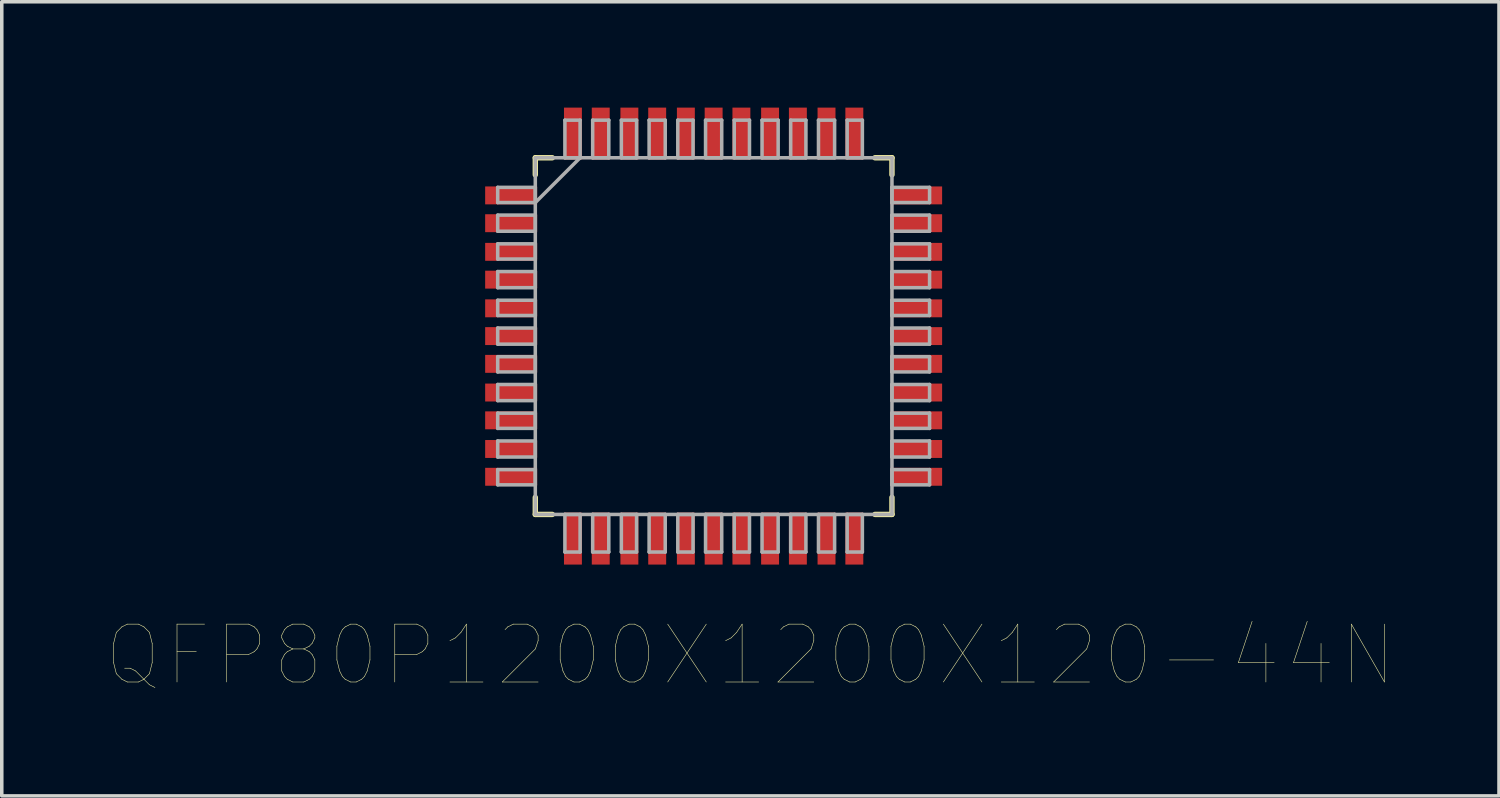
<source format=kicad_pcb>
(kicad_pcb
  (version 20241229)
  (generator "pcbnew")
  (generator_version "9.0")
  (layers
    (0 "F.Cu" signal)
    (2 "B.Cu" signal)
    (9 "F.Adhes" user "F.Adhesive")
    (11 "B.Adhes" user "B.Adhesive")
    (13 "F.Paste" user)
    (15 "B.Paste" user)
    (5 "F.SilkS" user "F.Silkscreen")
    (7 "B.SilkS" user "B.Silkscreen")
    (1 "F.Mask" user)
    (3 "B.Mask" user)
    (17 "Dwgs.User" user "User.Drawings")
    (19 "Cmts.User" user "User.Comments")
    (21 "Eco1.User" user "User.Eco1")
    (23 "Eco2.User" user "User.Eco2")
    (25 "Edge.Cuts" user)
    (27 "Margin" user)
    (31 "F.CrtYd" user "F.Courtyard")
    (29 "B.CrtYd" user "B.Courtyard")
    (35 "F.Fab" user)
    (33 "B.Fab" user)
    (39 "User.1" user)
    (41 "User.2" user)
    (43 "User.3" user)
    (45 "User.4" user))
  (footprint "QFP80P1200X1200X120-44N"
    (layer "F.Cu")
    (at 17.179 6.477)
    (property "Reference" "QFP80P1200X1200X120-44N" (at 1.042 9.047 0) (layer "F.SilkS") (effects (font (size 1.641 1.641) (thickness 0.015))))
    (attr through_hole)
    (fp_line (start -5.055 -5.055) (end -5.055 -4.572) (stroke (width 0.152) (type solid)) (layer "F.SilkS"))
    (fp_line (start -5.055 4.572) (end -5.055 5.055) (stroke (width 0.152) (type solid)) (layer "F.SilkS"))
    (fp_line (start -5.055 5.055) (end -4.572 5.055) (stroke (width 0.152) (type solid)) (layer "F.SilkS"))
    (fp_line (start -4.572 -5.055) (end -5.055 -5.055) (stroke (width 0.152) (type solid)) (layer "F.SilkS"))
    (fp_line (start 4.572 5.055) (end 5.055 5.055) (stroke (width 0.152) (type solid)) (layer "F.SilkS"))
    (fp_line (start 5.055 -5.055) (end 4.572 -5.055) (stroke (width 0.152) (type solid)) (layer "F.SilkS"))
    (fp_line (start 5.055 -4.572) (end 5.055 -5.055) (stroke (width 0.152) (type solid)) (layer "F.SilkS"))
    (fp_line (start 5.055 5.055) (end 5.055 4.572) (stroke (width 0.152) (type solid)) (layer "F.SilkS"))
    (fp_line (start -6.121 -4.216) (end -6.121 -3.785) (stroke (width 0.1) (type solid)) (layer "F.Fab"))
    (fp_line (start -6.121 -3.785) (end -5.055 -3.785) (stroke (width 0.1) (type solid)) (layer "F.Fab"))
    (fp_line (start -6.121 -3.429) (end -6.121 -2.972) (stroke (width 0.1) (type solid)) (layer "F.Fab"))
    (fp_line (start -6.121 -2.972) (end -5.055 -2.972) (stroke (width 0.1) (type solid)) (layer "F.Fab"))
    (fp_line (start -6.121 -2.616) (end -6.121 -2.184) (stroke (width 0.1) (type solid)) (layer "F.Fab"))
    (fp_line (start -6.121 -2.184) (end -5.055 -2.184) (stroke (width 0.1) (type solid)) (layer "F.Fab"))
    (fp_line (start -6.121 -1.829) (end -6.121 -1.372) (stroke (width 0.1) (type solid)) (layer "F.Fab"))
    (fp_line (start -6.121 -1.372) (end -5.055 -1.372) (stroke (width 0.1) (type solid)) (layer "F.Fab"))
    (fp_line (start -6.121 -1.016) (end -6.121 -0.584) (stroke (width 0.1) (type solid)) (layer "F.Fab"))
    (fp_line (start -6.121 -0.584) (end -5.055 -0.584) (stroke (width 0.1) (type solid)) (layer "F.Fab"))
    (fp_line (start -6.121 -0.229) (end -6.121 0.229) (stroke (width 0.1) (type solid)) (layer "F.Fab"))
    (fp_line (start -6.121 0.229) (end -5.055 0.229) (stroke (width 0.1) (type solid)) (layer "F.Fab"))
    (fp_line (start -6.121 0.584) (end -6.121 1.016) (stroke (width 0.1) (type solid)) (layer "F.Fab"))
    (fp_line (start -6.121 1.016) (end -5.055 1.016) (stroke (width 0.1) (type solid)) (layer "F.Fab"))
    (fp_line (start -6.121 1.372) (end -6.121 1.829) (stroke (width 0.1) (type solid)) (layer "F.Fab"))
    (fp_line (start -6.121 1.829) (end -5.055 1.829) (stroke (width 0.1) (type solid)) (layer "F.Fab"))
    (fp_line (start -6.121 2.184) (end -6.121 2.616) (stroke (width 0.1) (type solid)) (layer "F.Fab"))
    (fp_line (start -6.121 2.616) (end -5.055 2.616) (stroke (width 0.1) (type solid)) (layer "F.Fab"))
    (fp_line (start -6.121 2.972) (end -6.121 3.429) (stroke (width 0.1) (type solid)) (layer "F.Fab"))
    (fp_line (start -6.121 3.429) (end -5.055 3.429) (stroke (width 0.1) (type solid)) (layer "F.Fab"))
    (fp_line (start -6.121 3.785) (end -6.121 4.216) (stroke (width 0.1) (type solid)) (layer "F.Fab"))
    (fp_line (start -6.121 4.216) (end -5.055 4.216) (stroke (width 0.1) (type solid)) (layer "F.Fab"))
    (fp_line (start -5.055 -5.055) (end -5.055 5.055) (stroke (width 0.1) (type solid)) (layer "F.Fab"))
    (fp_line (start -5.055 -4.216) (end -6.121 -4.216) (stroke (width 0.1) (type solid)) (layer "F.Fab"))
    (fp_line (start -5.055 -3.785) (end -5.055 -4.216) (stroke (width 0.1) (type solid)) (layer "F.Fab"))
    (fp_line (start -5.055 -3.785) (end -3.785 -5.055) (stroke (width 0.1) (type solid)) (layer "F.Fab"))
    (fp_line (start -5.055 -3.429) (end -6.121 -3.429) (stroke (width 0.1) (type solid)) (layer "F.Fab"))
    (fp_line (start -5.055 -2.972) (end -5.055 -3.429) (stroke (width 0.1) (type solid)) (layer "F.Fab"))
    (fp_line (start -5.055 -2.616) (end -6.121 -2.616) (stroke (width 0.1) (type solid)) (layer "F.Fab"))
    (fp_line (start -5.055 -2.184) (end -5.055 -2.616) (stroke (width 0.1) (type solid)) (layer "F.Fab"))
    (fp_line (start -5.055 -1.829) (end -6.121 -1.829) (stroke (width 0.1) (type solid)) (layer "F.Fab"))
    (fp_line (start -5.055 -1.372) (end -5.055 -1.829) (stroke (width 0.1) (type solid)) (layer "F.Fab"))
    (fp_line (start -5.055 -1.016) (end -6.121 -1.016) (stroke (width 0.1) (type solid)) (layer "F.Fab"))
    (fp_line (start -5.055 -0.584) (end -5.055 -1.016) (stroke (width 0.1) (type solid)) (layer "F.Fab"))
    (fp_line (start -5.055 -0.229) (end -6.121 -0.229) (stroke (width 0.1) (type solid)) (layer "F.Fab"))
    (fp_line (start -5.055 0.229) (end -5.055 -0.229) (stroke (width 0.1) (type solid)) (layer "F.Fab"))
    (fp_line (start -5.055 0.584) (end -6.121 0.584) (stroke (width 0.1) (type solid)) (layer "F.Fab"))
    (fp_line (start -5.055 1.016) (end -5.055 0.584) (stroke (width 0.1) (type solid)) (layer "F.Fab"))
    (fp_line (start -5.055 1.372) (end -6.121 1.372) (stroke (width 0.1) (type solid)) (layer "F.Fab"))
    (fp_line (start -5.055 1.829) (end -5.055 1.372) (stroke (width 0.1) (type solid)) (layer "F.Fab"))
    (fp_line (start -5.055 2.184) (end -6.121 2.184) (stroke (width 0.1) (type solid)) (layer "F.Fab"))
    (fp_line (start -5.055 2.616) (end -5.055 2.184) (stroke (width 0.1) (type solid)) (layer "F.Fab"))
    (fp_line (start -5.055 2.972) (end -6.121 2.972) (stroke (width 0.1) (type solid)) (layer "F.Fab"))
    (fp_line (start -5.055 3.429) (end -5.055 2.972) (stroke (width 0.1) (type solid)) (layer "F.Fab"))
    (fp_line (start -5.055 3.785) (end -6.121 3.785) (stroke (width 0.1) (type solid)) (layer "F.Fab"))
    (fp_line (start -5.055 4.216) (end -5.055 3.785) (stroke (width 0.1) (type solid)) (layer "F.Fab"))
    (fp_line (start -5.055 5.055) (end 5.055 5.055) (stroke (width 0.1) (type solid)) (layer "F.Fab"))
    (fp_line (start -4.216 -6.121) (end -4.216 -5.055) (stroke (width 0.1) (type solid)) (layer "F.Fab"))
    (fp_line (start -4.216 -5.055) (end -3.785 -5.055) (stroke (width 0.1) (type solid)) (layer "F.Fab"))
    (fp_line (start -4.216 5.055) (end -4.216 6.121) (stroke (width 0.1) (type solid)) (layer "F.Fab"))
    (fp_line (start -4.216 6.121) (end -3.785 6.121) (stroke (width 0.1) (type solid)) (layer "F.Fab"))
    (fp_line (start -3.785 -6.121) (end -4.216 -6.121) (stroke (width 0.1) (type solid)) (layer "F.Fab"))
    (fp_line (start -3.785 -5.055) (end -3.785 -6.121) (stroke (width 0.1) (type solid)) (layer "F.Fab"))
    (fp_line (start -3.785 5.055) (end -4.216 5.055) (stroke (width 0.1) (type solid)) (layer "F.Fab"))
    (fp_line (start -3.785 6.121) (end -3.785 5.055) (stroke (width 0.1) (type solid)) (layer "F.Fab"))
    (fp_line (start -3.429 -6.121) (end -3.429 -5.055) (stroke (width 0.1) (type solid)) (layer "F.Fab"))
    (fp_line (start -3.429 -5.055) (end -2.972 -5.055) (stroke (width 0.1) (type solid)) (layer "F.Fab"))
    (fp_line (start -3.429 5.055) (end -3.429 6.121) (stroke (width 0.1) (type solid)) (layer "F.Fab"))
    (fp_line (start -3.429 6.121) (end -2.972 6.121) (stroke (width 0.1) (type solid)) (layer "F.Fab"))
    (fp_line (start -2.972 -6.121) (end -3.429 -6.121) (stroke (width 0.1) (type solid)) (layer "F.Fab"))
    (fp_line (start -2.972 -5.055) (end -2.972 -6.121) (stroke (width 0.1) (type solid)) (layer "F.Fab"))
    (fp_line (start -2.972 5.055) (end -3.429 5.055) (stroke (width 0.1) (type solid)) (layer "F.Fab"))
    (fp_line (start -2.972 6.121) (end -2.972 5.055) (stroke (width 0.1) (type solid)) (layer "F.Fab"))
    (fp_line (start -2.616 -6.121) (end -2.616 -5.055) (stroke (width 0.1) (type solid)) (layer "F.Fab"))
    (fp_line (start -2.616 -5.055) (end -2.184 -5.055) (stroke (width 0.1) (type solid)) (layer "F.Fab"))
    (fp_line (start -2.616 5.055) (end -2.616 6.121) (stroke (width 0.1) (type solid)) (layer "F.Fab"))
    (fp_line (start -2.616 6.121) (end -2.184 6.121) (stroke (width 0.1) (type solid)) (layer "F.Fab"))
    (fp_line (start -2.184 -6.121) (end -2.616 -6.121) (stroke (width 0.1) (type solid)) (layer "F.Fab"))
    (fp_line (start -2.184 -5.055) (end -2.184 -6.121) (stroke (width 0.1) (type solid)) (layer "F.Fab"))
    (fp_line (start -2.184 5.055) (end -2.616 5.055) (stroke (width 0.1) (type solid)) (layer "F.Fab"))
    (fp_line (start -2.184 6.121) (end -2.184 5.055) (stroke (width 0.1) (type solid)) (layer "F.Fab"))
    (fp_line (start -1.829 -6.121) (end -1.829 -5.055) (stroke (width 0.1) (type solid)) (layer "F.Fab"))
    (fp_line (start -1.829 -5.055) (end -1.372 -5.055) (stroke (width 0.1) (type solid)) (layer "F.Fab"))
    (fp_line (start -1.829 5.055) (end -1.829 6.121) (stroke (width 0.1) (type solid)) (layer "F.Fab"))
    (fp_line (start -1.829 6.121) (end -1.372 6.121) (stroke (width 0.1) (type solid)) (layer "F.Fab"))
    (fp_line (start -1.372 -6.121) (end -1.829 -6.121) (stroke (width 0.1) (type solid)) (layer "F.Fab"))
    (fp_line (start -1.372 -5.055) (end -1.372 -6.121) (stroke (width 0.1) (type solid)) (layer "F.Fab"))
    (fp_line (start -1.372 5.055) (end -1.829 5.055) (stroke (width 0.1) (type solid)) (layer "F.Fab"))
    (fp_line (start -1.372 6.121) (end -1.372 5.055) (stroke (width 0.1) (type solid)) (layer "F.Fab"))
    (fp_line (start -1.016 -6.121) (end -1.016 -5.055) (stroke (width 0.1) (type solid)) (layer "F.Fab"))
    (fp_line (start -1.016 -5.055) (end -0.584 -5.055) (stroke (width 0.1) (type solid)) (layer "F.Fab"))
    (fp_line (start -1.016 5.055) (end -1.016 6.121) (stroke (width 0.1) (type solid)) (layer "F.Fab"))
    (fp_line (start -1.016 6.121) (end -0.584 6.121) (stroke (width 0.1) (type solid)) (layer "F.Fab"))
    (fp_line (start -0.584 -6.121) (end -1.016 -6.121) (stroke (width 0.1) (type solid)) (layer "F.Fab"))
    (fp_line (start -0.584 -5.055) (end -0.584 -6.121) (stroke (width 0.1) (type solid)) (layer "F.Fab"))
    (fp_line (start -0.584 5.055) (end -1.016 5.055) (stroke (width 0.1) (type solid)) (layer "F.Fab"))
    (fp_line (start -0.584 6.121) (end -0.584 5.055) (stroke (width 0.1) (type solid)) (layer "F.Fab"))
    (fp_line (start -0.229 -6.121) (end -0.229 -5.055) (stroke (width 0.1) (type solid)) (layer "F.Fab"))
    (fp_line (start -0.229 -5.055) (end 0.229 -5.055) (stroke (width 0.1) (type solid)) (layer "F.Fab"))
    (fp_line (start -0.229 5.055) (end -0.229 6.121) (stroke (width 0.1) (type solid)) (layer "F.Fab"))
    (fp_line (start -0.229 6.121) (end 0.229 6.121) (stroke (width 0.1) (type solid)) (layer "F.Fab"))
    (fp_line (start 0.229 -6.121) (end -0.229 -6.121) (stroke (width 0.1) (type solid)) (layer "F.Fab"))
    (fp_line (start 0.229 -5.055) (end 0.229 -6.121) (stroke (width 0.1) (type solid)) (layer "F.Fab"))
    (fp_line (start 0.229 5.055) (end -0.229 5.055) (stroke (width 0.1) (type solid)) (layer "F.Fab"))
    (fp_line (start 0.229 6.121) (end 0.229 5.055) (stroke (width 0.1) (type solid)) (layer "F.Fab"))
    (fp_line (start 0.584 -6.121) (end 0.584 -5.055) (stroke (width 0.1) (type solid)) (layer "F.Fab"))
    (fp_line (start 0.584 -5.055) (end 1.016 -5.055) (stroke (width 0.1) (type solid)) (layer "F.Fab"))
    (fp_line (start 0.584 5.055) (end 0.584 6.121) (stroke (width 0.1) (type solid)) (layer "F.Fab"))
    (fp_line (start 0.584 6.121) (end 1.016 6.121) (stroke (width 0.1) (type solid)) (layer "F.Fab"))
    (fp_line (start 1.016 -6.121) (end 0.584 -6.121) (stroke (width 0.1) (type solid)) (layer "F.Fab"))
    (fp_line (start 1.016 -5.055) (end 1.016 -6.121) (stroke (width 0.1) (type solid)) (layer "F.Fab"))
    (fp_line (start 1.016 5.055) (end 0.584 5.055) (stroke (width 0.1) (type solid)) (layer "F.Fab"))
    (fp_line (start 1.016 6.121) (end 1.016 5.055) (stroke (width 0.1) (type solid)) (layer "F.Fab"))
    (fp_line (start 1.372 -6.121) (end 1.372 -5.055) (stroke (width 0.1) (type solid)) (layer "F.Fab"))
    (fp_line (start 1.372 -5.055) (end 1.829 -5.055) (stroke (width 0.1) (type solid)) (layer "F.Fab"))
    (fp_line (start 1.372 5.055) (end 1.372 6.121) (stroke (width 0.1) (type solid)) (layer "F.Fab"))
    (fp_line (start 1.372 6.121) (end 1.829 6.121) (stroke (width 0.1) (type solid)) (layer "F.Fab"))
    (fp_line (start 1.829 -6.121) (end 1.372 -6.121) (stroke (width 0.1) (type solid)) (layer "F.Fab"))
    (fp_line (start 1.829 -5.055) (end 1.829 -6.121) (stroke (width 0.1) (type solid)) (layer "F.Fab"))
    (fp_line (start 1.829 5.055) (end 1.372 5.055) (stroke (width 0.1) (type solid)) (layer "F.Fab"))
    (fp_line (start 1.829 6.121) (end 1.829 5.055) (stroke (width 0.1) (type solid)) (layer "F.Fab"))
    (fp_line (start 2.184 -6.121) (end 2.184 -5.055) (stroke (width 0.1) (type solid)) (layer "F.Fab"))
    (fp_line (start 2.184 -5.055) (end 2.616 -5.055) (stroke (width 0.1) (type solid)) (layer "F.Fab"))
    (fp_line (start 2.184 5.055) (end 2.184 6.121) (stroke (width 0.1) (type solid)) (layer "F.Fab"))
    (fp_line (start 2.184 6.121) (end 2.616 6.121) (stroke (width 0.1) (type solid)) (layer "F.Fab"))
    (fp_line (start 2.616 -6.121) (end 2.184 -6.121) (stroke (width 0.1) (type solid)) (layer "F.Fab"))
    (fp_line (start 2.616 -5.055) (end 2.616 -6.121) (stroke (width 0.1) (type solid)) (layer "F.Fab"))
    (fp_line (start 2.616 5.055) (end 2.184 5.055) (stroke (width 0.1) (type solid)) (layer "F.Fab"))
    (fp_line (start 2.616 6.121) (end 2.616 5.055) (stroke (width 0.1) (type solid)) (layer "F.Fab"))
    (fp_line (start 2.972 -6.121) (end 2.972 -5.055) (stroke (width 0.1) (type solid)) (layer "F.Fab"))
    (fp_line (start 2.972 -5.055) (end 3.429 -5.055) (stroke (width 0.1) (type solid)) (layer "F.Fab"))
    (fp_line (start 2.972 5.055) (end 2.972 6.121) (stroke (width 0.1) (type solid)) (layer "F.Fab"))
    (fp_line (start 2.972 6.121) (end 3.429 6.121) (stroke (width 0.1) (type solid)) (layer "F.Fab"))
    (fp_line (start 3.429 -6.121) (end 2.972 -6.121) (stroke (width 0.1) (type solid)) (layer "F.Fab"))
    (fp_line (start 3.429 -5.055) (end 3.429 -6.121) (stroke (width 0.1) (type solid)) (layer "F.Fab"))
    (fp_line (start 3.429 5.055) (end 2.972 5.055) (stroke (width 0.1) (type solid)) (layer "F.Fab"))
    (fp_line (start 3.429 6.121) (end 3.429 5.055) (stroke (width 0.1) (type solid)) (layer "F.Fab"))
    (fp_line (start 3.785 -6.121) (end 3.785 -5.055) (stroke (width 0.1) (type solid)) (layer "F.Fab"))
    (fp_line (start 3.785 -5.055) (end 4.216 -5.055) (stroke (width 0.1) (type solid)) (layer "F.Fab"))
    (fp_line (start 3.785 5.055) (end 3.785 6.121) (stroke (width 0.1) (type solid)) (layer "F.Fab"))
    (fp_line (start 3.785 6.121) (end 4.216 6.121) (stroke (width 0.1) (type solid)) (layer "F.Fab"))
    (fp_line (start 4.216 -6.121) (end 3.785 -6.121) (stroke (width 0.1) (type solid)) (layer "F.Fab"))
    (fp_line (start 4.216 -5.055) (end 4.216 -6.121) (stroke (width 0.1) (type solid)) (layer "F.Fab"))
    (fp_line (start 4.216 5.055) (end 3.785 5.055) (stroke (width 0.1) (type solid)) (layer "F.Fab"))
    (fp_line (start 4.216 6.121) (end 4.216 5.055) (stroke (width 0.1) (type solid)) (layer "F.Fab"))
    (fp_line (start 5.055 -5.055) (end -5.055 -5.055) (stroke (width 0.1) (type solid)) (layer "F.Fab"))
    (fp_line (start 5.055 -4.216) (end 5.055 -3.785) (stroke (width 0.1) (type solid)) (layer "F.Fab"))
    (fp_line (start 5.055 -3.785) (end 6.121 -3.785) (stroke (width 0.1) (type solid)) (layer "F.Fab"))
    (fp_line (start 5.055 -3.429) (end 5.055 -2.972) (stroke (width 0.1) (type solid)) (layer "F.Fab"))
    (fp_line (start 5.055 -2.972) (end 6.121 -2.972) (stroke (width 0.1) (type solid)) (layer "F.Fab"))
    (fp_line (start 5.055 -2.616) (end 5.055 -2.184) (stroke (width 0.1) (type solid)) (layer "F.Fab"))
    (fp_line (start 5.055 -2.184) (end 6.121 -2.184) (stroke (width 0.1) (type solid)) (layer "F.Fab"))
    (fp_line (start 5.055 -1.829) (end 5.055 -1.372) (stroke (width 0.1) (type solid)) (layer "F.Fab"))
    (fp_line (start 5.055 -1.372) (end 6.121 -1.372) (stroke (width 0.1) (type solid)) (layer "F.Fab"))
    (fp_line (start 5.055 -1.016) (end 5.055 -0.584) (stroke (width 0.1) (type solid)) (layer "F.Fab"))
    (fp_line (start 5.055 -0.584) (end 6.121 -0.584) (stroke (width 0.1) (type solid)) (layer "F.Fab"))
    (fp_line (start 5.055 -0.229) (end 5.055 0.229) (stroke (width 0.1) (type solid)) (layer "F.Fab"))
    (fp_line (start 5.055 0.229) (end 6.121 0.229) (stroke (width 0.1) (type solid)) (layer "F.Fab"))
    (fp_line (start 5.055 0.584) (end 5.055 1.016) (stroke (width 0.1) (type solid)) (layer "F.Fab"))
    (fp_line (start 5.055 1.016) (end 6.121 1.016) (stroke (width 0.1) (type solid)) (layer "F.Fab"))
    (fp_line (start 5.055 1.372) (end 5.055 1.829) (stroke (width 0.1) (type solid)) (layer "F.Fab"))
    (fp_line (start 5.055 1.829) (end 6.121 1.829) (stroke (width 0.1) (type solid)) (layer "F.Fab"))
    (fp_line (start 5.055 2.184) (end 5.055 2.616) (stroke (width 0.1) (type solid)) (layer "F.Fab"))
    (fp_line (start 5.055 2.616) (end 6.121 2.616) (stroke (width 0.1) (type solid)) (layer "F.Fab"))
    (fp_line (start 5.055 2.972) (end 5.055 3.429) (stroke (width 0.1) (type solid)) (layer "F.Fab"))
    (fp_line (start 5.055 3.429) (end 6.121 3.429) (stroke (width 0.1) (type solid)) (layer "F.Fab"))
    (fp_line (start 5.055 3.785) (end 5.055 4.216) (stroke (width 0.1) (type solid)) (layer "F.Fab"))
    (fp_line (start 5.055 4.216) (end 6.121 4.216) (stroke (width 0.1) (type solid)) (layer "F.Fab"))
    (fp_line (start 5.055 5.055) (end 5.055 -5.055) (stroke (width 0.1) (type solid)) (layer "F.Fab"))
    (fp_line (start 6.121 -4.216) (end 5.055 -4.216) (stroke (width 0.1) (type solid)) (layer "F.Fab"))
    (fp_line (start 6.121 -3.785) (end 6.121 -4.216) (stroke (width 0.1) (type solid)) (layer "F.Fab"))
    (fp_line (start 6.121 -3.429) (end 5.055 -3.429) (stroke (width 0.1) (type solid)) (layer "F.Fab"))
    (fp_line (start 6.121 -2.972) (end 6.121 -3.429) (stroke (width 0.1) (type solid)) (layer "F.Fab"))
    (fp_line (start 6.121 -2.616) (end 5.055 -2.616) (stroke (width 0.1) (type solid)) (layer "F.Fab"))
    (fp_line (start 6.121 -2.184) (end 6.121 -2.616) (stroke (width 0.1) (type solid)) (layer "F.Fab"))
    (fp_line (start 6.121 -1.829) (end 5.055 -1.829) (stroke (width 0.1) (type solid)) (layer "F.Fab"))
    (fp_line (start 6.121 -1.372) (end 6.121 -1.829) (stroke (width 0.1) (type solid)) (layer "F.Fab"))
    (fp_line (start 6.121 -1.016) (end 5.055 -1.016) (stroke (width 0.1) (type solid)) (layer "F.Fab"))
    (fp_line (start 6.121 -0.584) (end 6.121 -1.016) (stroke (width 0.1) (type solid)) (layer "F.Fab"))
    (fp_line (start 6.121 -0.229) (end 5.055 -0.229) (stroke (width 0.1) (type solid)) (layer "F.Fab"))
    (fp_line (start 6.121 0.229) (end 6.121 -0.229) (stroke (width 0.1) (type solid)) (layer "F.Fab"))
    (fp_line (start 6.121 0.584) (end 5.055 0.584) (stroke (width 0.1) (type solid)) (layer "F.Fab"))
    (fp_line (start 6.121 1.016) (end 6.121 0.584) (stroke (width 0.1) (type solid)) (layer "F.Fab"))
    (fp_line (start 6.121 1.372) (end 5.055 1.372) (stroke (width 0.1) (type solid)) (layer "F.Fab"))
    (fp_line (start 6.121 1.829) (end 6.121 1.372) (stroke (width 0.1) (type solid)) (layer "F.Fab"))
    (fp_line (start 6.121 2.184) (end 5.055 2.184) (stroke (width 0.1) (type solid)) (layer "F.Fab"))
    (fp_line (start 6.121 2.616) (end 6.121 2.184) (stroke (width 0.1) (type solid)) (layer "F.Fab"))
    (fp_line (start 6.121 2.972) (end 5.055 2.972) (stroke (width 0.1) (type solid)) (layer "F.Fab"))
    (fp_line (start 6.121 3.429) (end 6.121 2.972) (stroke (width 0.1) (type solid)) (layer "F.Fab"))
    (fp_line (start 6.121 3.785) (end 5.055 3.785) (stroke (width 0.1) (type solid)) (layer "F.Fab"))
    (fp_line (start 6.121 4.216) (end 6.121 3.785) (stroke (width 0.1) (type solid)) (layer "F.Fab"))
    (pad "1" smd rect (at -5.74 -3.988) (size 1.473 0.508) (layers "F.Cu" "F.Mask" "F.Paste"))
    (pad "2" smd rect (at -5.74 -3.2) (size 1.473 0.508) (layers "F.Cu" "F.Mask" "F.Paste"))
    (pad "3" smd rect (at -5.74 -2.388) (size 1.473 0.508) (layers "F.Cu" "F.Mask" "F.Paste"))
    (pad "4" smd rect (at -5.74 -1.6) (size 1.473 0.508) (layers "F.Cu" "F.Mask" "F.Paste"))
    (pad "5" smd rect (at -5.74 -0.787) (size 1.473 0.508) (layers "F.Cu" "F.Mask" "F.Paste"))
    (pad "6" smd rect (at -5.74 0) (size 1.473 0.508) (layers "F.Cu" "F.Mask" "F.Paste"))
    (pad "7" smd rect (at -5.74 0.787) (size 1.473 0.508) (layers "F.Cu" "F.Mask" "F.Paste"))
    (pad "8" smd rect (at -5.74 1.6) (size 1.473 0.508) (layers "F.Cu" "F.Mask" "F.Paste"))
    (pad "9" smd rect (at -5.74 2.388) (size 1.473 0.508) (layers "F.Cu" "F.Mask" "F.Paste"))
    (pad "10" smd rect (at -5.74 3.2) (size 1.473 0.508) (layers "F.Cu" "F.Mask" "F.Paste"))
    (pad "11" smd rect (at -5.74 3.988) (size 1.473 0.508) (layers "F.Cu" "F.Mask" "F.Paste"))
    (pad "12" smd rect (at -3.988 5.74) (size 0.508 1.473) (layers "F.Cu" "F.Mask" "F.Paste"))
    (pad "13" smd rect (at -3.2 5.74) (size 0.508 1.473) (layers "F.Cu" "F.Mask" "F.Paste"))
    (pad "14" smd rect (at -2.388 5.74) (size 0.508 1.473) (layers "F.Cu" "F.Mask" "F.Paste"))
    (pad "15" smd rect (at -1.6 5.74) (size 0.508 1.473) (layers "F.Cu" "F.Mask" "F.Paste"))
    (pad "16" smd rect (at -0.787 5.74) (size 0.508 1.473) (layers "F.Cu" "F.Mask" "F.Paste"))
    (pad "17" smd rect (at 0 5.74) (size 0.508 1.473) (layers "F.Cu" "F.Mask" "F.Paste"))
    (pad "18" smd rect (at 0.787 5.74) (size 0.508 1.473) (layers "F.Cu" "F.Mask" "F.Paste"))
    (pad "19" smd rect (at 1.6 5.74) (size 0.508 1.473) (layers "F.Cu" "F.Mask" "F.Paste"))
    (pad "20" smd rect (at 2.388 5.74) (size 0.508 1.473) (layers "F.Cu" "F.Mask" "F.Paste"))
    (pad "21" smd rect (at 3.2 5.74) (size 0.508 1.473) (layers "F.Cu" "F.Mask" "F.Paste"))
    (pad "22" smd rect (at 3.988 5.74) (size 0.508 1.473) (layers "F.Cu" "F.Mask" "F.Paste"))
    (pad "23" smd rect (at 5.74 3.988) (size 1.473 0.508) (layers "F.Cu" "F.Mask" "F.Paste"))
    (pad "24" smd rect (at 5.74 3.2) (size 1.473 0.508) (layers "F.Cu" "F.Mask" "F.Paste"))
    (pad "25" smd rect (at 5.74 2.388) (size 1.473 0.508) (layers "F.Cu" "F.Mask" "F.Paste"))
    (pad "26" smd rect (at 5.74 1.6) (size 1.473 0.508) (layers "F.Cu" "F.Mask" "F.Paste"))
    (pad "27" smd rect (at 5.74 0.787) (size 1.473 0.508) (layers "F.Cu" "F.Mask" "F.Paste"))
    (pad "28" smd rect (at 5.74 0) (size 1.473 0.508) (layers "F.Cu" "F.Mask" "F.Paste"))
    (pad "29" smd rect (at 5.74 -0.787) (size 1.473 0.508) (layers "F.Cu" "F.Mask" "F.Paste"))
    (pad "30" smd rect (at 5.74 -1.6) (size 1.473 0.508) (layers "F.Cu" "F.Mask" "F.Paste"))
    (pad "31" smd rect (at 5.74 -2.388) (size 1.473 0.508) (layers "F.Cu" "F.Mask" "F.Paste"))
    (pad "32" smd rect (at 5.74 -3.2) (size 1.473 0.508) (layers "F.Cu" "F.Mask" "F.Paste"))
    (pad "33" smd rect (at 5.74 -3.988) (size 1.473 0.508) (layers "F.Cu" "F.Mask" "F.Paste"))
    (pad "34" smd rect (at 3.988 -5.74) (size 0.508 1.473) (layers "F.Cu" "F.Mask" "F.Paste"))
    (pad "35" smd rect (at 3.2 -5.74) (size 0.508 1.473) (layers "F.Cu" "F.Mask" "F.Paste"))
    (pad "36" smd rect (at 2.388 -5.74) (size 0.508 1.473) (layers "F.Cu" "F.Mask" "F.Paste"))
    (pad "37" smd rect (at 1.6 -5.74) (size 0.508 1.473) (layers "F.Cu" "F.Mask" "F.Paste"))
    (pad "38" smd rect (at 0.787 -5.74) (size 0.508 1.473) (layers "F.Cu" "F.Mask" "F.Paste"))
    (pad "39" smd rect (at 0 -5.74) (size 0.508 1.473) (layers "F.Cu" "F.Mask" "F.Paste"))
    (pad "40" smd rect (at -0.787 -5.74) (size 0.508 1.473) (layers "F.Cu" "F.Mask" "F.Paste"))
    (pad "41" smd rect (at -1.6 -5.74) (size 0.508 1.473) (layers "F.Cu" "F.Mask" "F.Paste"))
    (pad "42" smd rect (at -2.388 -5.74) (size 0.508 1.473) (layers "F.Cu" "F.Mask" "F.Paste"))
    (pad "43" smd rect (at -3.2 -5.74) (size 0.508 1.473) (layers "F.Cu" "F.Mask" "F.Paste"))
    (pad "44" smd rect (at -3.988 -5.74) (size 0.508 1.473) (layers "F.Cu" "F.Mask" "F.Paste")))
  (gr_rect
    (start -3 -3)
    (end 39.441 19.51)
    (stroke (width 0.1) (type default))
    (fill no)
    (layer "Edge.Cuts")))
</source>
